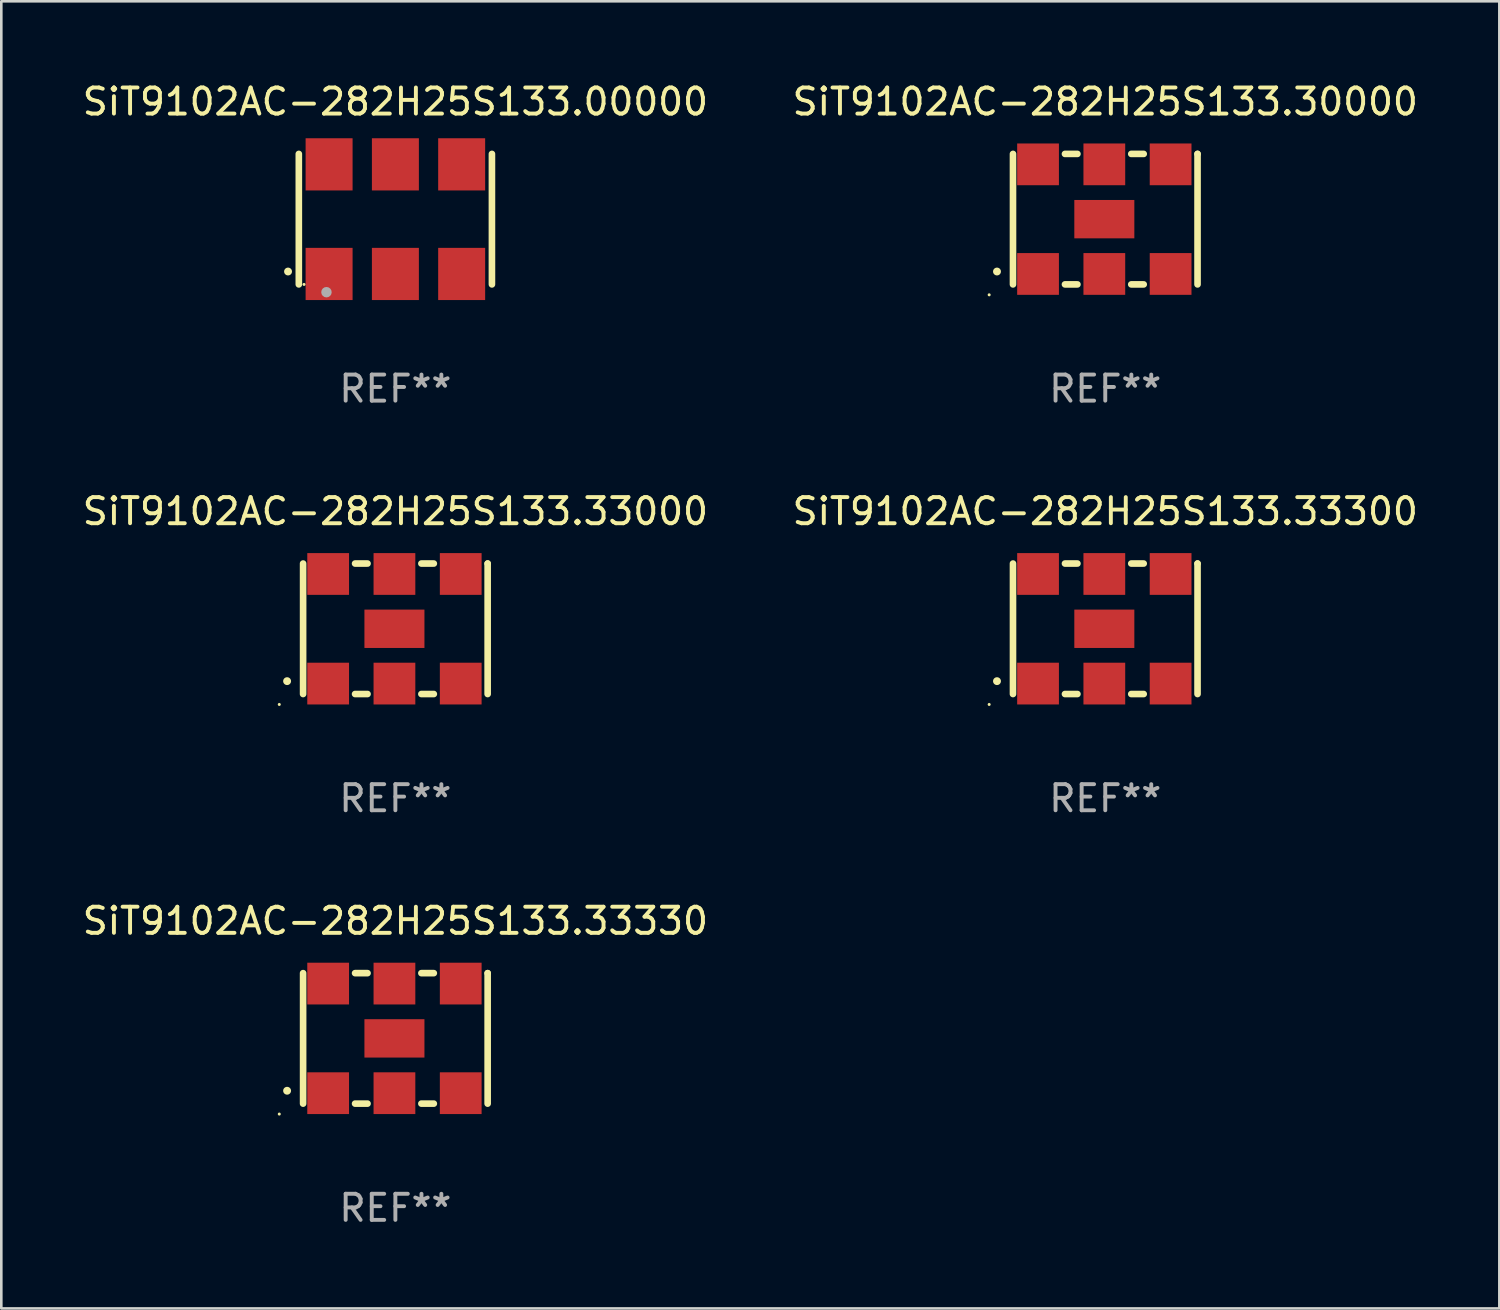
<source format=kicad_pcb>
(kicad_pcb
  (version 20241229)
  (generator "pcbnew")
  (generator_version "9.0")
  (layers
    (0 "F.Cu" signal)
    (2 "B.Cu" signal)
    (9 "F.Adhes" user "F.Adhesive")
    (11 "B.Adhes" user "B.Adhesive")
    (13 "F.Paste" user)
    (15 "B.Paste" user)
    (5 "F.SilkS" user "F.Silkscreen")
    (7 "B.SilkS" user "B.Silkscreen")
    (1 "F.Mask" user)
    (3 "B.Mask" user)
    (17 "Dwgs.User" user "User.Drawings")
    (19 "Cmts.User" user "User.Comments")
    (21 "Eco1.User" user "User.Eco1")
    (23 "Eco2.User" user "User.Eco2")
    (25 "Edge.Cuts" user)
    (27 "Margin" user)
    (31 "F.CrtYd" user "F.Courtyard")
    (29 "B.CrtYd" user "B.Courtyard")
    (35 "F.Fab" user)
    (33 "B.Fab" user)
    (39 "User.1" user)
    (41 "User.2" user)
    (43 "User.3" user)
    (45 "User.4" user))
  (footprint "SiT9102AC-282H25S133.33300"
    (layer "F.Cu")
    (at 39.304 21.045)
    (property "Reference" "SiT9102AC-282H25S133.33300" (at 0 -4.5 0) (layer "F.SilkS") (effects (font (size 1 1) (thickness 0.15))))
    (attr through_hole)
    (fp_line (start -3.536 -2.5) (end -3.536 2.5) (stroke (width 0.254) (type solid)) (layer "F.SilkS"))
    (fp_line (start -1.544 2.5) (end -1.067 2.5) (stroke (width 0.254) (type solid)) (layer "F.SilkS"))
    (fp_line (start -1.067 -2.5) (end -1.544 -2.5) (stroke (width 0.254) (type solid)) (layer "F.SilkS"))
    (fp_line (start 0.996 2.5) (end 1.473 2.5) (stroke (width 0.254) (type solid)) (layer "F.SilkS"))
    (fp_line (start 1.473 -2.5) (end 0.996 -2.5) (stroke (width 0.254) (type solid)) (layer "F.SilkS"))
    (fp_line (start 3.536 -2.5) (end 3.536 -2.5) (stroke (width 0.254) (type solid)) (layer "F.SilkS"))
    (fp_line (start 3.536 2.5) (end 3.536 -2.5) (stroke (width 0.254) (type solid)) (layer "F.SilkS"))
    (fp_arc (start -4.150432 2.006604) (mid -4.149162 2.006599) (end -4.147892 2.006604) (stroke (width 0.3) (type solid)) (layer "F.SilkS"))
    (fp_circle (center -4.449 2.9) (end -4.419 2.9) (stroke (width 0.06) (type solid)) (fill no) (layer "F.SilkS"))
    (fp_text user "REF**" (at 0 6.5 0) (layer "F.Fab") (effects (font (size 1 1) (thickness 0.15))))
    (pad "1" smd rect (at -2.576 2.1) (size 1.6 1.6) (layers "F.Cu" "F.Mask" "F.Paste"))
    (pad "2" smd rect (at -0.036 2.1) (size 1.6 1.6) (layers "F.Cu" "F.Mask" "F.Paste"))
    (pad "3" smd rect (at 2.504 2.1) (size 1.6 1.6) (layers "F.Cu" "F.Mask" "F.Paste"))
    (pad "4" smd rect (at 2.504 -2.1) (size 1.6 1.6) (layers "F.Cu" "F.Mask" "F.Paste"))
    (pad "5" smd rect (at -0.036 -2.1) (size 1.6 1.6) (layers "F.Cu" "F.Mask" "F.Paste"))
    (pad "6" smd rect (at -2.576 -2.1) (size 1.6 1.6) (layers "F.Cu" "F.Mask" "F.Paste"))
    (pad "7" smd rect (at -0.036 0) (size 2.3 1.47) (layers "F.Cu" "F.Mask" "F.Paste")))
  (footprint "SiT9102AC-282H25S133.33000"
    (layer "F.Cu")
    (at 12.101 21.045)
    (property "Reference" "SiT9102AC-282H25S133.33000" (at 0 -4.5 0) (layer "F.SilkS") (effects (font (size 1 1) (thickness 0.15))))
    (attr through_hole)
    (fp_line (start -3.536 -2.5) (end -3.536 2.5) (stroke (width 0.254) (type solid)) (layer "F.SilkS"))
    (fp_line (start -1.544 2.5) (end -1.067 2.5) (stroke (width 0.254) (type solid)) (layer "F.SilkS"))
    (fp_line (start -1.067 -2.5) (end -1.544 -2.5) (stroke (width 0.254) (type solid)) (layer "F.SilkS"))
    (fp_line (start 0.996 2.5) (end 1.473 2.5) (stroke (width 0.254) (type solid)) (layer "F.SilkS"))
    (fp_line (start 1.473 -2.5) (end 0.996 -2.5) (stroke (width 0.254) (type solid)) (layer "F.SilkS"))
    (fp_line (start 3.536 -2.5) (end 3.536 -2.5) (stroke (width 0.254) (type solid)) (layer "F.SilkS"))
    (fp_line (start 3.536 2.5) (end 3.536 -2.5) (stroke (width 0.254) (type solid)) (layer "F.SilkS"))
    (fp_arc (start -4.150432 2.006604) (mid -4.149162 2.006599) (end -4.147892 2.006604) (stroke (width 0.3) (type solid)) (layer "F.SilkS"))
    (fp_circle (center -4.449 2.9) (end -4.419 2.9) (stroke (width 0.06) (type solid)) (fill no) (layer "F.SilkS"))
    (fp_text user "REF**" (at 0 6.5 0) (layer "F.Fab") (effects (font (size 1 1) (thickness 0.15))))
    (pad "1" smd rect (at -2.576 2.1) (size 1.6 1.6) (layers "F.Cu" "F.Mask" "F.Paste"))
    (pad "2" smd rect (at -0.036 2.1) (size 1.6 1.6) (layers "F.Cu" "F.Mask" "F.Paste"))
    (pad "3" smd rect (at 2.504 2.1) (size 1.6 1.6) (layers "F.Cu" "F.Mask" "F.Paste"))
    (pad "4" smd rect (at 2.504 -2.1) (size 1.6 1.6) (layers "F.Cu" "F.Mask" "F.Paste"))
    (pad "5" smd rect (at -0.036 -2.1) (size 1.6 1.6) (layers "F.Cu" "F.Mask" "F.Paste"))
    (pad "6" smd rect (at -2.576 -2.1) (size 1.6 1.6) (layers "F.Cu" "F.Mask" "F.Paste"))
    (pad "7" smd rect (at -0.036 0) (size 2.3 1.47) (layers "F.Cu" "F.Mask" "F.Paste")))
  (footprint "SiT9102AC-282H25S133.33330"
    (layer "F.Cu")
    (at 12.101 36.741)
    (property "Reference" "SiT9102AC-282H25S133.33330" (at 0 -4.5 0) (layer "F.SilkS") (effects (font (size 1 1) (thickness 0.15))))
    (attr through_hole)
    (fp_line (start -3.536 -2.5) (end -3.536 2.5) (stroke (width 0.254) (type solid)) (layer "F.SilkS"))
    (fp_line (start -1.544 2.5) (end -1.067 2.5) (stroke (width 0.254) (type solid)) (layer "F.SilkS"))
    (fp_line (start -1.067 -2.5) (end -1.544 -2.5) (stroke (width 0.254) (type solid)) (layer "F.SilkS"))
    (fp_line (start 0.996 2.5) (end 1.473 2.5) (stroke (width 0.254) (type solid)) (layer "F.SilkS"))
    (fp_line (start 1.473 -2.5) (end 0.996 -2.5) (stroke (width 0.254) (type solid)) (layer "F.SilkS"))
    (fp_line (start 3.536 -2.5) (end 3.536 -2.5) (stroke (width 0.254) (type solid)) (layer "F.SilkS"))
    (fp_line (start 3.536 2.5) (end 3.536 -2.5) (stroke (width 0.254) (type solid)) (layer "F.SilkS"))
    (fp_arc (start -4.150432 2.006604) (mid -4.149162 2.006599) (end -4.147892 2.006604) (stroke (width 0.3) (type solid)) (layer "F.SilkS"))
    (fp_circle (center -4.449 2.9) (end -4.419 2.9) (stroke (width 0.06) (type solid)) (fill no) (layer "F.SilkS"))
    (fp_text user "REF**" (at 0 6.5 0) (layer "F.Fab") (effects (font (size 1 1) (thickness 0.15))))
    (pad "1" smd rect (at -2.576 2.1) (size 1.6 1.6) (layers "F.Cu" "F.Mask" "F.Paste"))
    (pad "2" smd rect (at -0.036 2.1) (size 1.6 1.6) (layers "F.Cu" "F.Mask" "F.Paste"))
    (pad "3" smd rect (at 2.504 2.1) (size 1.6 1.6) (layers "F.Cu" "F.Mask" "F.Paste"))
    (pad "4" smd rect (at 2.504 -2.1) (size 1.6 1.6) (layers "F.Cu" "F.Mask" "F.Paste"))
    (pad "5" smd rect (at -0.036 -2.1) (size 1.6 1.6) (layers "F.Cu" "F.Mask" "F.Paste"))
    (pad "6" smd rect (at -2.576 -2.1) (size 1.6 1.6) (layers "F.Cu" "F.Mask" "F.Paste"))
    (pad "7" smd rect (at -0.036 0) (size 2.3 1.47) (layers "F.Cu" "F.Mask" "F.Paste")))
  (footprint "SiT9102AC-282H25S133.30000"
    (layer "F.Cu")
    (at 39.304 5.348)
    (property "Reference" "SiT9102AC-282H25S133.30000" (at 0 -4.5 0) (layer "F.SilkS") (effects (font (size 1 1) (thickness 0.15))))
    (attr through_hole)
    (fp_line (start -3.536 -2.5) (end -3.536 2.5) (stroke (width 0.254) (type solid)) (layer "F.SilkS"))
    (fp_line (start -1.544 2.5) (end -1.067 2.5) (stroke (width 0.254) (type solid)) (layer "F.SilkS"))
    (fp_line (start -1.067 -2.5) (end -1.544 -2.5) (stroke (width 0.254) (type solid)) (layer "F.SilkS"))
    (fp_line (start 0.996 2.5) (end 1.473 2.5) (stroke (width 0.254) (type solid)) (layer "F.SilkS"))
    (fp_line (start 1.473 -2.5) (end 0.996 -2.5) (stroke (width 0.254) (type solid)) (layer "F.SilkS"))
    (fp_line (start 3.536 -2.5) (end 3.536 -2.5) (stroke (width 0.254) (type solid)) (layer "F.SilkS"))
    (fp_line (start 3.536 2.5) (end 3.536 -2.5) (stroke (width 0.254) (type solid)) (layer "F.SilkS"))
    (fp_arc (start -4.150432 2.006604) (mid -4.149162 2.006599) (end -4.147892 2.006604) (stroke (width 0.3) (type solid)) (layer "F.SilkS"))
    (fp_circle (center -4.449 2.9) (end -4.419 2.9) (stroke (width 0.06) (type solid)) (fill no) (layer "F.SilkS"))
    (fp_text user "REF**" (at 0 6.5 0) (layer "F.Fab") (effects (font (size 1 1) (thickness 0.15))))
    (pad "1" smd rect (at -2.576 2.1) (size 1.6 1.6) (layers "F.Cu" "F.Mask" "F.Paste"))
    (pad "2" smd rect (at -0.036 2.1) (size 1.6 1.6) (layers "F.Cu" "F.Mask" "F.Paste"))
    (pad "3" smd rect (at 2.504 2.1) (size 1.6 1.6) (layers "F.Cu" "F.Mask" "F.Paste"))
    (pad "4" smd rect (at 2.504 -2.1) (size 1.6 1.6) (layers "F.Cu" "F.Mask" "F.Paste"))
    (pad "5" smd rect (at -0.036 -2.1) (size 1.6 1.6) (layers "F.Cu" "F.Mask" "F.Paste"))
    (pad "6" smd rect (at -2.576 -2.1) (size 1.6 1.6) (layers "F.Cu" "F.Mask" "F.Paste"))
    (pad "7" smd rect (at -0.036 0) (size 2.3 1.47) (layers "F.Cu" "F.Mask" "F.Paste")))
  (footprint "SiT9102AC-282H25S133.00000"
    (layer "F.Cu")
    (at 12.101 5.348)
    (property "Reference" "SiT9102AC-282H25S133.00000" (at 0 -4.5 0) (layer "F.SilkS") (effects (font (size 1 1) (thickness 0.15))))
    (attr through_hole)
    (fp_line (start -3.7 -2.5) (end -3.7 2.5) (stroke (width 0.254) (type solid)) (layer "F.SilkS"))
    (fp_line (start 3.7 -2.5) (end 3.7 2.5) (stroke (width 0.254) (type solid)) (layer "F.SilkS"))
    (fp_arc (start -4.114415 2.006604) (mid -4.113145 2.006599) (end -4.111875 2.006604) (stroke (width 0.3) (type solid)) (layer "F.SilkS"))
    (fp_circle (center -3.5 2.501) (end -3.47 2.501) (stroke (width 0.06) (type solid)) (fill no) (layer "F.SilkS"))
    (fp_circle (center -2.641 2.799) (end -2.541 2.799) (stroke (width 0.2) (type solid)) (fill no) (layer "F.Fab"))
    (fp_text user "REF**" (at 0 6.5 0) (layer "F.Fab") (effects (font (size 1 1) (thickness 0.15))))
    (pad "1" smd rect (at -2.54 2.1) (size 1.8 2) (layers "F.Cu" "F.Mask" "F.Paste"))
    (pad "2" smd rect (at 0.000394 2.1) (size 1.8 2) (layers "F.Cu" "F.Mask" "F.Paste"))
    (pad "3" smd rect (at 2.54 2.1) (size 1.8 2) (layers "F.Cu" "F.Mask" "F.Paste"))
    (pad "4" smd rect (at 2.54 -2.1) (size 1.8 2) (layers "F.Cu" "F.Mask" "F.Paste"))
    (pad "5" smd rect (at 0.000394 -2.1) (size 1.8 2) (layers "F.Cu" "F.Mask" "F.Paste"))
    (pad "6" smd rect (at -2.54 -2.1) (size 1.8 2) (layers "F.Cu" "F.Mask" "F.Paste")))
  (gr_rect
    (start -3 -3)
    (end 54.405 47.09)
    (stroke (width 0.1) (type default))
    (fill no)
    (layer "Edge.Cuts")))
</source>
